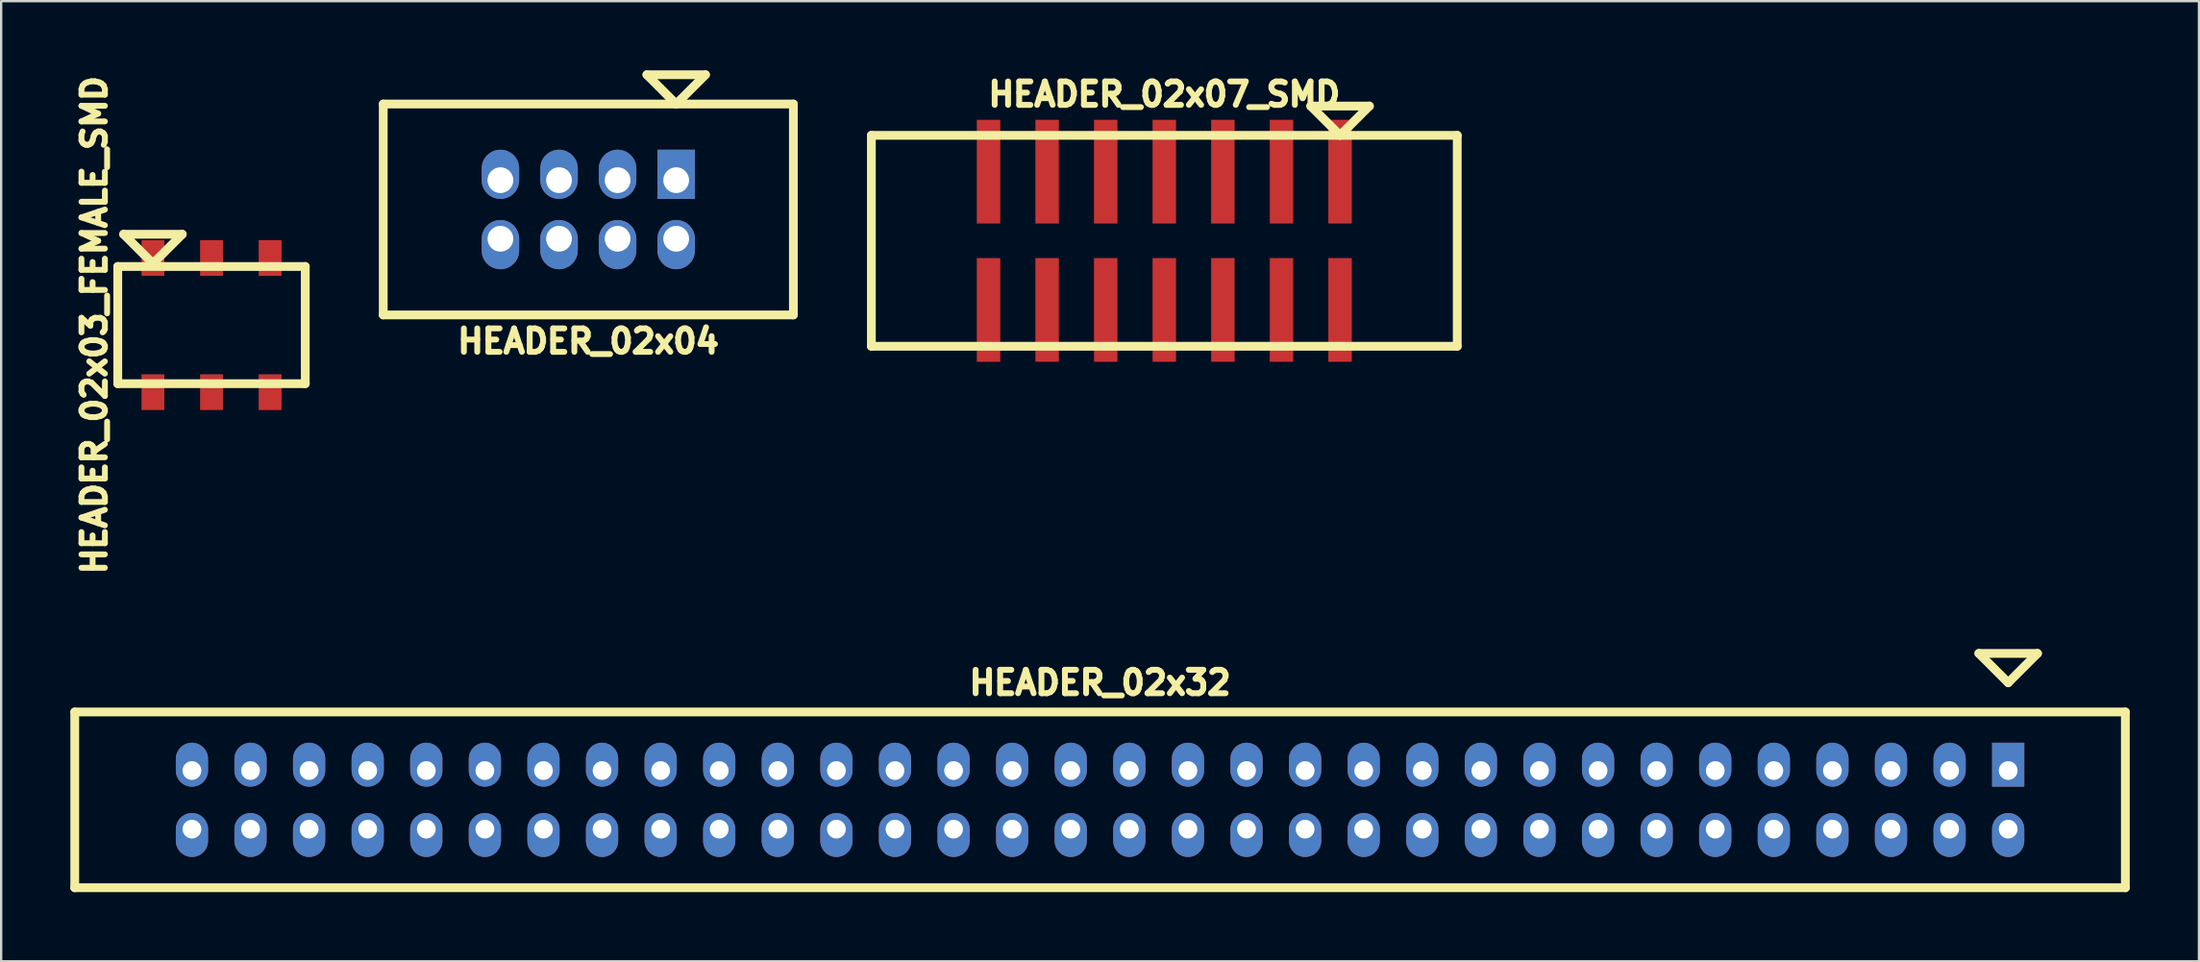
<source format=kicad_pcb>
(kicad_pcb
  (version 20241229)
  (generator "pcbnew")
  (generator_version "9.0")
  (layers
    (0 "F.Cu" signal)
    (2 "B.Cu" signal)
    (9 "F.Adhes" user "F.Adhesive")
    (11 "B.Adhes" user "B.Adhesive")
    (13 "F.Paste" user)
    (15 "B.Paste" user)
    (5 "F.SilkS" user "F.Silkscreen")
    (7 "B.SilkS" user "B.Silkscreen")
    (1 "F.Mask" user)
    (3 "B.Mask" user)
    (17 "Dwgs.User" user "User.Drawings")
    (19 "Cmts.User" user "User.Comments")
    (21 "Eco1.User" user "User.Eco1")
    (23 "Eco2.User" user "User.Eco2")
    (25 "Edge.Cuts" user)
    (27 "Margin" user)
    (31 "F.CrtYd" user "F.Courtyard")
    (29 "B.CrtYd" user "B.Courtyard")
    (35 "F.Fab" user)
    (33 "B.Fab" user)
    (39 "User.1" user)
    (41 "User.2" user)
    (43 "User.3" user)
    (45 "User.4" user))
  (footprint "HEADER_02x32"
    (layer "F.Cu")
    (at 44.641 31.629)
    (property "Reference" "HEADER_02x32" (at 0 -5.08 0) (layer "F.SilkS") (effects (font (size 1.016 1.016) (thickness 0.254))))
    (attr through_hole)
    (fp_line (start -44.45 -3.81) (end -44.45 3.81) (stroke (width 0.381) (type solid)) (layer "F.SilkS"))
    (fp_line (start -44.45 3.81) (end 44.45 3.81) (stroke (width 0.381) (type solid)) (layer "F.SilkS"))
    (fp_line (start 38.1 -6.35) (end 40.64 -6.35) (stroke (width 0.381) (type solid)) (layer "F.SilkS"))
    (fp_line (start 39.37 -5.08) (end 38.1 -6.35) (stroke (width 0.381) (type solid)) (layer "F.SilkS"))
    (fp_line (start 40.64 -6.35) (end 39.37 -5.08) (stroke (width 0.381) (type solid)) (layer "F.SilkS"))
    (fp_line (start 44.45 -3.81) (end -44.45 -3.81) (stroke (width 0.381) (type solid)) (layer "F.SilkS"))
    (fp_line (start 44.45 3.81) (end 44.45 -3.81) (stroke (width 0.381) (type solid)) (layer "F.SilkS"))
    (pad "1" thru_hole rect (at 39.37 -1.27) (size 1.397 1.905) (drill 0.813 (offset 0 -0.254)) (layers "*.Cu" "*.Mask"))
    (pad "2" thru_hole oval (at 39.37 1.27) (size 1.397 1.905) (drill 0.813 (offset 0 0.254)) (layers "*.Cu" "*.Mask"))
    (pad "3" thru_hole oval (at 36.83 -1.27) (size 1.397 1.905) (drill 0.813 (offset 0 -0.254)) (layers "*.Cu" "*.Mask"))
    (pad "4" thru_hole oval (at 36.83 1.27) (size 1.397 1.905) (drill 0.813 (offset 0 0.254)) (layers "*.Cu" "*.Mask"))
    (pad "5" thru_hole oval (at 34.29 -1.27) (size 1.397 1.905) (drill 0.813 (offset 0 -0.254)) (layers "*.Cu" "*.Mask"))
    (pad "6" thru_hole oval (at 34.29 1.27) (size 1.397 1.905) (drill 0.813 (offset 0 0.254)) (layers "*.Cu" "*.Mask"))
    (pad "7" thru_hole oval (at 31.75 -1.27) (size 1.397 1.905) (drill 0.813 (offset 0 -0.254)) (layers "*.Cu" "*.Mask"))
    (pad "8" thru_hole oval (at 31.75 1.27) (size 1.397 1.905) (drill 0.813 (offset 0 0.254)) (layers "*.Cu" "*.Mask"))
    (pad "9" thru_hole oval (at 29.21 -1.27) (size 1.397 1.905) (drill 0.813 (offset 0 -0.254)) (layers "*.Cu" "*.Mask"))
    (pad "10" thru_hole oval (at 29.21 1.27) (size 1.397 1.905) (drill 0.813 (offset 0 0.254)) (layers "*.Cu" "*.Mask"))
    (pad "11" thru_hole oval (at 26.67 -1.27) (size 1.397 1.905) (drill 0.813 (offset 0 -0.254)) (layers "*.Cu" "*.Mask"))
    (pad "12" thru_hole oval (at 26.67 1.27) (size 1.397 1.905) (drill 0.813 (offset 0 0.254)) (layers "*.Cu" "*.Mask"))
    (pad "13" thru_hole oval (at 24.13 -1.27) (size 1.397 1.905) (drill 0.813 (offset 0 -0.254)) (layers "*.Cu" "*.Mask"))
    (pad "14" thru_hole oval (at 24.13 1.27) (size 1.397 1.905) (drill 0.813 (offset 0 0.254)) (layers "*.Cu" "*.Mask"))
    (pad "15" thru_hole oval (at 21.59 -1.27) (size 1.397 1.905) (drill 0.813 (offset 0 -0.254)) (layers "*.Cu" "*.Mask"))
    (pad "16" thru_hole oval (at 21.59 1.27) (size 1.397 1.905) (drill 0.813 (offset 0 0.254)) (layers "*.Cu" "*.Mask"))
    (pad "17" thru_hole oval (at 19.05 -1.27) (size 1.397 1.905) (drill 0.813 (offset 0 -0.254)) (layers "*.Cu" "*.Mask"))
    (pad "18" thru_hole oval (at 19.05 1.27) (size 1.397 1.905) (drill 0.813 (offset 0 0.254)) (layers "*.Cu" "*.Mask"))
    (pad "19" thru_hole oval (at 16.51 -1.27) (size 1.397 1.905) (drill 0.813 (offset 0 -0.254)) (layers "*.Cu" "*.Mask"))
    (pad "20" thru_hole oval (at 16.51 1.27) (size 1.397 1.905) (drill 0.813 (offset 0 0.254)) (layers "*.Cu" "*.Mask"))
    (pad "21" thru_hole oval (at 13.97 -1.27) (size 1.397 1.905) (drill 0.813 (offset 0 -0.254)) (layers "*.Cu" "*.Mask"))
    (pad "22" thru_hole oval (at 13.97 1.27) (size 1.397 1.905) (drill 0.813 (offset 0 0.254)) (layers "*.Cu" "*.Mask"))
    (pad "23" thru_hole oval (at 11.43 -1.27) (size 1.397 1.905) (drill 0.813 (offset 0 -0.254)) (layers "*.Cu" "*.Mask"))
    (pad "24" thru_hole oval (at 11.43 1.27) (size 1.397 1.905) (drill 0.813 (offset 0 0.254)) (layers "*.Cu" "*.Mask"))
    (pad "25" thru_hole oval (at 8.89 -1.27) (size 1.397 1.905) (drill 0.813 (offset 0 -0.254)) (layers "*.Cu" "*.Mask"))
    (pad "26" thru_hole oval (at 8.89 1.27) (size 1.397 1.905) (drill 0.813 (offset 0 0.254)) (layers "*.Cu" "*.Mask"))
    (pad "27" thru_hole oval (at 6.35 -1.27) (size 1.397 1.905) (drill 0.813 (offset 0 -0.254)) (layers "*.Cu" "*.Mask"))
    (pad "28" thru_hole oval (at 6.35 1.27) (size 1.397 1.905) (drill 0.813 (offset 0 0.254)) (layers "*.Cu" "*.Mask"))
    (pad "29" thru_hole oval (at 3.81 -1.27) (size 1.397 1.905) (drill 0.813 (offset 0 -0.254)) (layers "*.Cu" "*.Mask"))
    (pad "30" thru_hole oval (at 3.81 1.27) (size 1.397 1.905) (drill 0.813 (offset 0 0.254)) (layers "*.Cu" "*.Mask"))
    (pad "31" thru_hole oval (at 1.27 -1.27) (size 1.397 1.905) (drill 0.813 (offset 0 -0.254)) (layers "*.Cu" "*.Mask"))
    (pad "32" thru_hole oval (at 1.27 1.27) (size 1.397 1.905) (drill 0.813 (offset 0 0.254)) (layers "*.Cu" "*.Mask"))
    (pad "33" thru_hole oval (at -1.27 -1.27) (size 1.397 1.905) (drill 0.813 (offset 0 -0.254)) (layers "*.Cu" "*.Mask"))
    (pad "34" thru_hole oval (at -1.27 1.27) (size 1.397 1.905) (drill 0.813 (offset 0 0.254)) (layers "*.Cu" "*.Mask"))
    (pad "35" thru_hole oval (at -3.81 -1.27) (size 1.397 1.905) (drill 0.813 (offset 0 -0.254)) (layers "*.Cu" "*.Mask"))
    (pad "36" thru_hole oval (at -3.81 1.27) (size 1.397 1.905) (drill 0.813 (offset 0 0.254)) (layers "*.Cu" "*.Mask"))
    (pad "37" thru_hole oval (at -6.35 -1.27) (size 1.397 1.905) (drill 0.813 (offset 0 -0.254)) (layers "*.Cu" "*.Mask"))
    (pad "38" thru_hole oval (at -6.35 1.27) (size 1.397 1.905) (drill 0.813 (offset 0 0.254)) (layers "*.Cu" "*.Mask"))
    (pad "39" thru_hole oval (at -8.89 -1.27) (size 1.397 1.905) (drill 0.813 (offset 0 -0.254)) (layers "*.Cu" "*.Mask"))
    (pad "40" thru_hole oval (at -8.89 1.27) (size 1.397 1.905) (drill 0.813 (offset 0 0.254)) (layers "*.Cu" "*.Mask"))
    (pad "41" thru_hole oval (at -11.43 -1.27) (size 1.397 1.905) (drill 0.813 (offset 0 -0.254)) (layers "*.Cu" "*.Mask"))
    (pad "42" thru_hole oval (at -11.43 1.27) (size 1.397 1.905) (drill 0.813 (offset 0 0.254)) (layers "*.Cu" "*.Mask"))
    (pad "43" thru_hole oval (at -13.97 -1.27) (size 1.397 1.905) (drill 0.813 (offset 0 -0.254)) (layers "*.Cu" "*.Mask"))
    (pad "44" thru_hole oval (at -13.97 1.27) (size 1.397 1.905) (drill 0.813 (offset 0 0.254)) (layers "*.Cu" "*.Mask"))
    (pad "45" thru_hole oval (at -16.51 -1.27) (size 1.397 1.905) (drill 0.813 (offset 0 -0.254)) (layers "*.Cu" "*.Mask"))
    (pad "46" thru_hole oval (at -16.51 1.27) (size 1.397 1.905) (drill 0.813 (offset 0 0.254)) (layers "*.Cu" "*.Mask"))
    (pad "47" thru_hole oval (at -19.05 -1.27) (size 1.397 1.905) (drill 0.813 (offset 0 -0.254)) (layers "*.Cu" "*.Mask"))
    (pad "48" thru_hole oval (at -19.05 1.27) (size 1.397 1.905) (drill 0.813 (offset 0 0.254)) (layers "*.Cu" "*.Mask"))
    (pad "49" thru_hole oval (at -21.59 -1.27) (size 1.397 1.905) (drill 0.813 (offset 0 -0.254)) (layers "*.Cu" "*.Mask"))
    (pad "50" thru_hole oval (at -21.59 1.27) (size 1.397 1.905) (drill 0.813 (offset 0 0.254)) (layers "*.Cu" "*.Mask"))
    (pad "51" thru_hole oval (at -24.13 -1.27) (size 1.397 1.905) (drill 0.813 (offset 0 -0.254)) (layers "*.Cu" "*.Mask"))
    (pad "52" thru_hole oval (at -24.13 1.27) (size 1.397 1.905) (drill 0.813 (offset 0 0.254)) (layers "*.Cu" "*.Mask"))
    (pad "53" thru_hole oval (at -26.67 -1.27) (size 1.397 1.905) (drill 0.813 (offset 0 -0.254)) (layers "*.Cu" "*.Mask"))
    (pad "54" thru_hole oval (at -26.67 1.27) (size 1.397 1.905) (drill 0.813 (offset 0 0.254)) (layers "*.Cu" "*.Mask"))
    (pad "55" thru_hole oval (at -29.21 -1.27) (size 1.397 1.905) (drill 0.813 (offset 0 -0.254)) (layers "*.Cu" "*.Mask"))
    (pad "56" thru_hole oval (at -29.21 1.27) (size 1.397 1.905) (drill 0.813 (offset 0 0.254)) (layers "*.Cu" "*.Mask"))
    (pad "57" thru_hole oval (at -31.75 -1.27) (size 1.397 1.905) (drill 0.813 (offset 0 -0.254)) (layers "*.Cu" "*.Mask"))
    (pad "58" thru_hole oval (at -31.75 1.27) (size 1.397 1.905) (drill 0.813 (offset 0 0.254)) (layers "*.Cu" "*.Mask"))
    (pad "59" thru_hole oval (at -34.29 -1.27) (size 1.397 1.905) (drill 0.813 (offset 0 -0.254)) (layers "*.Cu" "*.Mask"))
    (pad "60" thru_hole oval (at -34.29 1.27) (size 1.397 1.905) (drill 0.813 (offset 0 0.254)) (layers "*.Cu" "*.Mask"))
    (pad "61" thru_hole oval (at -36.83 -1.27) (size 1.397 1.905) (drill 0.813 (offset 0 -0.254)) (layers "*.Cu" "*.Mask"))
    (pad "62" thru_hole oval (at -36.83 1.27) (size 1.397 1.905) (drill 0.813 (offset 0 0.254)) (layers "*.Cu" "*.Mask"))
    (pad "63" thru_hole oval (at -39.37 -1.27) (size 1.397 1.905) (drill 0.813 (offset 0 -0.254)) (layers "*.Cu" "*.Mask"))
    (pad "64" thru_hole oval (at -39.37 1.27) (size 1.397 1.905) (drill 0.813 (offset 0 0.254)) (layers "*.Cu" "*.Mask")))
  (footprint "HEADER_02x03_FEMALE_SMD"
    (layer "F.Cu")
    (at 6.12 11.044)
    (property "Reference" "HEADER_02x03_FEMALE_SMD" (at -5.08 0 90) (layer "F.SilkS") (effects (font (size 1.016 1.016) (thickness 0.254))))
    (attr through_hole)
    (fp_line (start -4.064 -2.54) (end -4.064 2.54) (stroke (width 0.381) (type solid)) (layer "F.SilkS"))
    (fp_line (start -4.064 2.54) (end 4.064 2.54) (stroke (width 0.381) (type solid)) (layer "F.SilkS"))
    (fp_line (start -3.81 -3.937) (end -2.54 -2.667) (stroke (width 0.381) (type solid)) (layer "F.SilkS"))
    (fp_line (start -2.54 -2.667) (end -1.27 -3.937) (stroke (width 0.381) (type solid)) (layer "F.SilkS"))
    (fp_line (start -1.27 -3.937) (end -3.81 -3.937) (stroke (width 0.381) (type solid)) (layer "F.SilkS"))
    (fp_line (start 4.064 -2.54) (end -4.064 -2.54) (stroke (width 0.381) (type solid)) (layer "F.SilkS"))
    (fp_line (start 4.064 -2.54) (end 4.064 2.54) (stroke (width 0.381) (type solid)) (layer "F.SilkS"))
    (pad "1" smd rect (at -2.54 -2.908) (size 0.991 1.549) (layers "F.Cu" "F.Mask" "F.Paste"))
    (pad "2" smd rect (at -2.54 2.908) (size 0.991 1.549) (layers "F.Cu" "F.Mask" "F.Paste"))
    (pad "3" smd rect (at 0 -2.908) (size 0.991 1.549) (layers "F.Cu" "F.Mask" "F.Paste"))
    (pad "4" smd rect (at 0 2.908) (size 0.991 1.549) (layers "F.Cu" "F.Mask" "F.Paste"))
    (pad "5" smd rect (at 2.54 -2.908) (size 0.991 1.549) (layers "F.Cu" "F.Mask" "F.Paste"))
    (pad "6" smd rect (at 2.54 2.908) (size 0.991 1.549) (layers "F.Cu" "F.Mask" "F.Paste")))
  (footprint "HEADER_02x04"
    (layer "F.Cu")
    (at 22.455 6.032)
    (property "Reference" "HEADER_02x04" (at 0 5.715 0) (layer "F.SilkS") (effects (font (size 1.016 1.016) (thickness 0.254))))
    (attr through_hole)
    (fp_line (start -8.89 -4.572) (end -8.89 4.572) (stroke (width 0.381) (type solid)) (layer "F.SilkS"))
    (fp_line (start -8.89 4.572) (end 8.89 4.572) (stroke (width 0.381) (type solid)) (layer "F.SilkS"))
    (fp_line (start 2.54 -5.842) (end 3.81 -4.572) (stroke (width 0.381) (type solid)) (layer "F.SilkS"))
    (fp_line (start 3.81 -4.572) (end 5.08 -5.842) (stroke (width 0.381) (type solid)) (layer "F.SilkS"))
    (fp_line (start 5.08 -5.842) (end 2.54 -5.842) (stroke (width 0.381) (type solid)) (layer "F.SilkS"))
    (fp_line (start 8.89 -4.572) (end -8.89 -4.572) (stroke (width 0.381) (type solid)) (layer "F.SilkS"))
    (fp_line (start 8.89 -4.572) (end 8.89 4.572) (stroke (width 0.381) (type solid)) (layer "F.SilkS"))
    (pad "1" thru_hole rect (at 3.81 -1.27) (size 1.626 2.134) (drill 1.118 (offset 0 -0.254)) (layers "*.Cu" "*.Mask"))
    (pad "2" thru_hole oval (at 3.81 1.27) (size 1.626 2.134) (drill 1.118 (offset 0 0.254)) (layers "*.Cu" "*.Mask"))
    (pad "3" thru_hole oval (at 1.27 -1.27) (size 1.626 2.134) (drill 1.118 (offset 0 -0.254)) (layers "*.Cu" "*.Mask"))
    (pad "4" thru_hole oval (at 1.27 1.27) (size 1.626 2.134) (drill 1.118 (offset 0 0.254)) (layers "*.Cu" "*.Mask"))
    (pad "5" thru_hole oval (at -1.27 -1.27) (size 1.626 2.134) (drill 1.118 (offset 0 -0.254)) (layers "*.Cu" "*.Mask"))
    (pad "6" thru_hole oval (at -1.27 1.27) (size 1.626 2.134) (drill 1.118 (offset 0 0.254)) (layers "*.Cu" "*.Mask"))
    (pad "7" thru_hole oval (at -3.81 -1.27) (size 1.626 2.134) (drill 1.118 (offset 0 -0.254)) (layers "*.Cu" "*.Mask"))
    (pad "8" thru_hole oval (at -3.81 1.27) (size 1.626 2.134) (drill 1.118 (offset 0 0.254)) (layers "*.Cu" "*.Mask")))
  (footprint "HEADER_02x07_SMD"
    (layer "F.Cu")
    (at 47.426 7.39)
    (property "Reference" "HEADER_02x07_SMD" (at 0 -6.35 0) (layer "F.SilkS") (effects (font (size 1.016 1.016) (thickness 0.254))))
    (attr through_hole)
    (fp_line (start -12.7 -4.572) (end -12.7 4.572) (stroke (width 0.381) (type solid)) (layer "F.SilkS"))
    (fp_line (start -12.7 -4.572) (end 12.7 -4.572) (stroke (width 0.381) (type solid)) (layer "F.SilkS"))
    (fp_line (start -12.7 4.572) (end 12.7 4.572) (stroke (width 0.381) (type solid)) (layer "F.SilkS"))
    (fp_line (start 6.35 -5.842) (end 7.62 -4.572) (stroke (width 0.381) (type solid)) (layer "F.SilkS"))
    (fp_line (start 7.62 -4.572) (end 8.89 -5.842) (stroke (width 0.381) (type solid)) (layer "F.SilkS"))
    (fp_line (start 8.89 -5.842) (end 6.35 -5.842) (stroke (width 0.381) (type solid)) (layer "F.SilkS"))
    (fp_line (start 12.7 -4.572) (end 12.7 4.572) (stroke (width 0.381) (type solid)) (layer "F.SilkS"))
    (pad "1" smd rect (at 7.62 -2.997) (size 1.016 4.496) (layers "F.Cu" "F.Mask" "F.Paste"))
    (pad "2" smd rect (at 7.62 2.997) (size 1.016 4.496) (layers "F.Cu" "F.Mask" "F.Paste"))
    (pad "3" smd rect (at 5.08 -2.997) (size 1.016 4.496) (layers "F.Cu" "F.Mask" "F.Paste"))
    (pad "4" smd rect (at 5.08 2.997) (size 1.016 4.496) (layers "F.Cu" "F.Mask" "F.Paste"))
    (pad "5" smd rect (at 2.54 -2.997) (size 1.016 4.496) (layers "F.Cu" "F.Mask" "F.Paste"))
    (pad "6" smd rect (at 2.54 2.997) (size 1.016 4.496) (layers "F.Cu" "F.Mask" "F.Paste"))
    (pad "7" smd rect (at 0 -2.997) (size 1.016 4.496) (layers "F.Cu" "F.Mask" "F.Paste"))
    (pad "8" smd rect (at 0 2.997) (size 1.016 4.496) (layers "F.Cu" "F.Mask" "F.Paste"))
    (pad "9" smd rect (at -2.54 -2.997) (size 1.016 4.496) (layers "F.Cu" "F.Mask" "F.Paste"))
    (pad "10" smd rect (at -2.54 2.997) (size 1.016 4.496) (layers "F.Cu" "F.Mask" "F.Paste"))
    (pad "11" smd rect (at -5.08 -2.997) (size 1.016 4.496) (layers "F.Cu" "F.Mask" "F.Paste"))
    (pad "12" smd rect (at -5.08 2.997) (size 1.016 4.496) (layers "F.Cu" "F.Mask" "F.Paste"))
    (pad "13" smd rect (at -7.62 -2.997) (size 1.016 4.496) (layers "F.Cu" "F.Mask" "F.Paste"))
    (pad "14" smd rect (at -7.62 2.997) (size 1.016 4.496) (layers "F.Cu" "F.Mask" "F.Paste")))
  (gr_rect
    (start -3 -3)
    (end 92.281 38.629)
    (stroke (width 0.1) (type default))
    (fill no)
    (layer "Edge.Cuts")))
</source>
